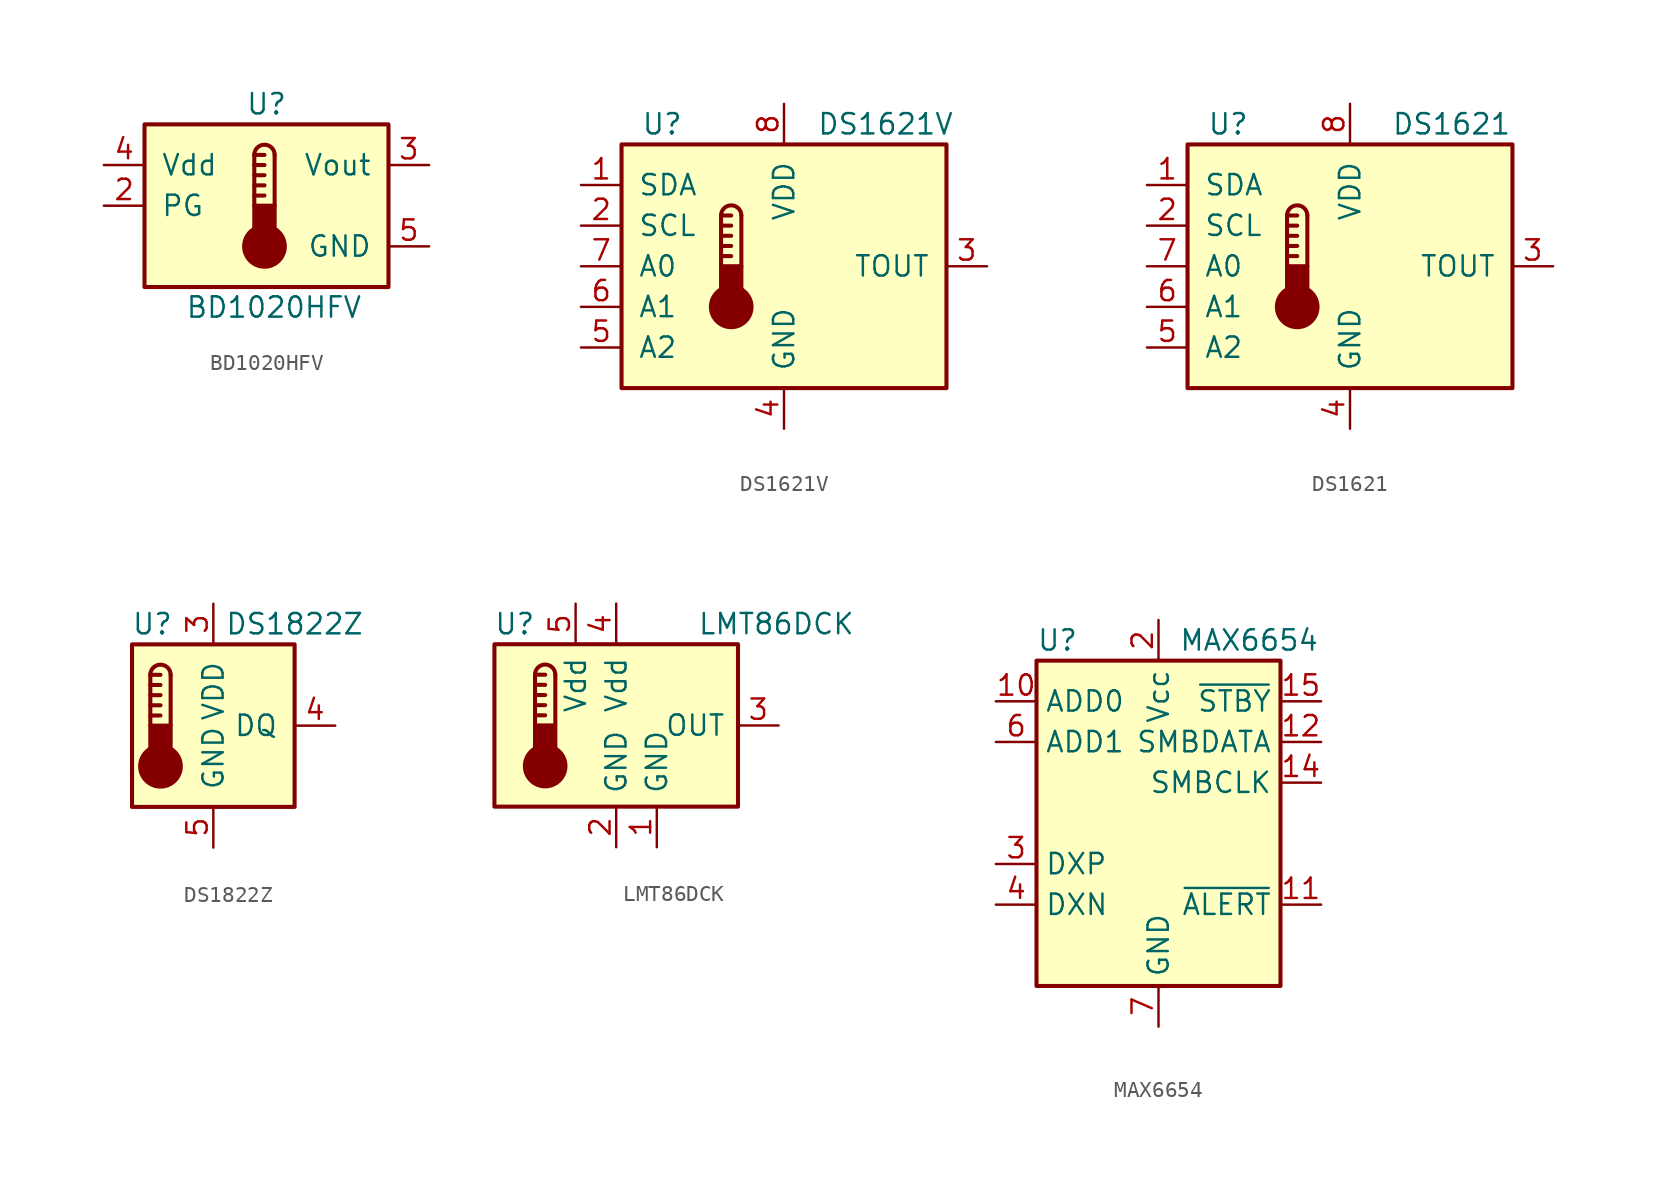
<source format=kicad_sym>
(kicad_symbol_lib
  (version 20201005)
  (generator kicad_symbol_editor)
  (symbol "BD1020HFV"
    (pin_names
      (offset 1.016))
    (property "Reference" "U"
      (at 0 6.35 0)
      (effects (font (size 1.27 1.27))))
    (property "Value" "BD1020HFV"
      (at -5.08 -6.35 0)
      (effects (font (size 1.27 1.27)) (justify left)))
    (symbol "BD1020HFV_0_1"
      (arc (start 0.508 3.175) (end -0.762 3.175) (radius (at -0.127 3.175) (length 0.635) (angles 0.1 179.9)) (stroke (width 0.254)) (fill (type none)))
      (circle (center -0.127 -2.54) (radius 1.27) (stroke (width 0.254)) (fill (type outline)))
      (rectangle (start -7.62 5.08) (end 7.62 -5.08) (stroke (width 0.254)) (fill (type background)))
      (rectangle (start 0.508 -1.905) (end -0.762 0) (stroke (width 0.254)) (fill (type outline)))
      (polyline (pts (xy -0.762 0.635) (xy -0.127 0.635)) (stroke (width 0.254)) (fill (type none)))
      (polyline (pts (xy -0.762 1.27) (xy -0.127 1.27)) (stroke (width 0.254)) (fill (type none)))
      (polyline (pts (xy -0.762 1.905) (xy -0.127 1.905)) (stroke (width 0.254)) (fill (type none)))
      (polyline (pts (xy -0.762 2.54) (xy -0.127 2.54)) (stroke (width 0.254)) (fill (type none)))
      (polyline (pts (xy -0.762 3.175) (xy -0.762 0)) (stroke (width 0.254)) (fill (type none)))
      (polyline (pts (xy -0.762 3.175) (xy -0.127 3.175)) (stroke (width 0.254)) (fill (type none)))
      (polyline (pts (xy 0.508 3.175) (xy 0.508 0)) (stroke (width 0.254)) (fill (type none))))
    (symbol "BD1020HFV_1_1"
      (pin no_connect line (at -10.16 -2.54 0) (length 2.54) hide (name "NC" (effects (font (size 1.27 1.27)))) (number "1" (effects (font (size 1.27 1.27)))))
      (pin passive line (at -10.16 0 0) (length 2.54) (name "PG" (effects (font (size 1.27 1.27)))) (number "2" (effects (font (size 1.27 1.27)))))
      (pin output line (at 10.16 2.54 180) (length 2.54) (name "Vout" (effects (font (size 1.27 1.27)))) (number "3" (effects (font (size 1.27 1.27)))))
      (pin power_in line (at -10.16 2.54 0) (length 2.54) (name "Vdd" (effects (font (size 1.27 1.27)))) (number "4" (effects (font (size 1.27 1.27)))))
      (pin power_in line (at 10.16 -2.54 180) (length 2.54) (name "GND" (effects (font (size 1.27 1.27)))) (number "5" (effects (font (size 1.27 1.27)))))))
  (symbol "DS1621V"
    (pin_names
      (offset 1.016))
    (property "Reference" "U"
      (at -7.62 8.89 0)
      (effects (font (size 1.27 1.27))))
    (property "Value" "DS1621V"
      (at 6.35 8.89 0)
      (effects (font (size 1.27 1.27))))
    (symbol "DS1621V_0_1"
      (arc (start -2.667 3.175) (end -3.937 3.175) (radius (at -3.302 3.175) (length 0.635) (angles 0.1 179.9)) (stroke (width 0.254)) (fill (type none)))
      (circle (center -3.302 -2.54) (radius 1.27) (stroke (width 0.254)) (fill (type outline)))
      (rectangle (start -10.16 7.62) (end 10.16 -7.62) (stroke (width 0.254)) (fill (type background)))
      (rectangle (start -2.667 -1.905) (end -3.937 0) (stroke (width 0.254)) (fill (type outline)))
      (polyline (pts (xy -3.937 0.635) (xy -3.302 0.635)) (stroke (width 0.254)) (fill (type none)))
      (polyline (pts (xy -3.937 1.27) (xy -3.302 1.27)) (stroke (width 0.254)) (fill (type none)))
      (polyline (pts (xy -3.937 1.905) (xy -3.302 1.905)) (stroke (width 0.254)) (fill (type none)))
      (polyline (pts (xy -3.937 2.54) (xy -3.302 2.54)) (stroke (width 0.254)) (fill (type none)))
      (polyline (pts (xy -3.937 3.175) (xy -3.937 0)) (stroke (width 0.254)) (fill (type none)))
      (polyline (pts (xy -3.937 3.175) (xy -3.302 3.175)) (stroke (width 0.254)) (fill (type none)))
      (polyline (pts (xy -2.667 3.175) (xy -2.667 0)) (stroke (width 0.254)) (fill (type none))))
    (symbol "DS1621V_1_1"
      (pin bidirectional line (at -12.7 5.08 0) (length 2.54) (name "SDA" (effects (font (size 1.27 1.27)))) (number "1" (effects (font (size 1.27 1.27)))))
      (pin input line (at -12.7 2.54 0) (length 2.54) (name "SCL" (effects (font (size 1.27 1.27)))) (number "2" (effects (font (size 1.27 1.27)))))
      (pin output line (at 12.7 0 180) (length 2.54) (name "TOUT" (effects (font (size 1.27 1.27)))) (number "3" (effects (font (size 1.27 1.27)))))
      (pin power_in line (at 0 -10.16 90) (length 2.54) (name "GND" (effects (font (size 1.27 1.27)))) (number "4" (effects (font (size 1.27 1.27)))))
      (pin input line (at -12.7 -5.08 0) (length 2.54) (name "A2" (effects (font (size 1.27 1.27)))) (number "5" (effects (font (size 1.27 1.27)))))
      (pin input line (at -12.7 -2.54 0) (length 2.54) (name "A1" (effects (font (size 1.27 1.27)))) (number "6" (effects (font (size 1.27 1.27)))))
      (pin input line (at -12.7 0 0) (length 2.54) (name "A0" (effects (font (size 1.27 1.27)))) (number "7" (effects (font (size 1.27 1.27)))))
      (pin power_in line (at 0 10.16 270) (length 2.54) (name "VDD" (effects (font (size 1.27 1.27)))) (number "8" (effects (font (size 1.27 1.27)))))))
  (symbol "DS1621"
    (pin_names
      (offset 1.016))
    (property "Reference" "U"
      (at -7.62 8.89 0)
      (effects (font (size 1.27 1.27))))
    (property "Value" "DS1621"
      (at 6.35 8.89 0)
      (effects (font (size 1.27 1.27))))
    (symbol "DS1621_0_1"
      (arc (start -2.667 3.175) (end -3.937 3.175) (radius (at -3.302 3.175) (length 0.635) (angles 0.1 179.9)) (stroke (width 0.254)) (fill (type none)))
      (circle (center -3.302 -2.54) (radius 1.27) (stroke (width 0.254)) (fill (type outline)))
      (rectangle (start -10.16 7.62) (end 10.16 -7.62) (stroke (width 0.254)) (fill (type background)))
      (rectangle (start -2.667 -1.905) (end -3.937 0) (stroke (width 0.254)) (fill (type outline)))
      (polyline (pts (xy -3.937 0.635) (xy -3.302 0.635)) (stroke (width 0.254)) (fill (type none)))
      (polyline (pts (xy -3.937 1.27) (xy -3.302 1.27)) (stroke (width 0.254)) (fill (type none)))
      (polyline (pts (xy -3.937 1.905) (xy -3.302 1.905)) (stroke (width 0.254)) (fill (type none)))
      (polyline (pts (xy -3.937 2.54) (xy -3.302 2.54)) (stroke (width 0.254)) (fill (type none)))
      (polyline (pts (xy -3.937 3.175) (xy -3.937 0)) (stroke (width 0.254)) (fill (type none)))
      (polyline (pts (xy -3.937 3.175) (xy -3.302 3.175)) (stroke (width 0.254)) (fill (type none)))
      (polyline (pts (xy -2.667 3.175) (xy -2.667 0)) (stroke (width 0.254)) (fill (type none))))
    (symbol "DS1621_1_1"
      (pin bidirectional line (at -12.7 5.08 0) (length 2.54) (name "SDA" (effects (font (size 1.27 1.27)))) (number "1" (effects (font (size 1.27 1.27)))))
      (pin input line (at -12.7 2.54 0) (length 2.54) (name "SCL" (effects (font (size 1.27 1.27)))) (number "2" (effects (font (size 1.27 1.27)))))
      (pin output line (at 12.7 0 180) (length 2.54) (name "TOUT" (effects (font (size 1.27 1.27)))) (number "3" (effects (font (size 1.27 1.27)))))
      (pin power_in line (at 0 -10.16 90) (length 2.54) (name "GND" (effects (font (size 1.27 1.27)))) (number "4" (effects (font (size 1.27 1.27)))))
      (pin input line (at -12.7 -5.08 0) (length 2.54) (name "A2" (effects (font (size 1.27 1.27)))) (number "5" (effects (font (size 1.27 1.27)))))
      (pin input line (at -12.7 -2.54 0) (length 2.54) (name "A1" (effects (font (size 1.27 1.27)))) (number "6" (effects (font (size 1.27 1.27)))))
      (pin input line (at -12.7 0 0) (length 2.54) (name "A0" (effects (font (size 1.27 1.27)))) (number "7" (effects (font (size 1.27 1.27)))))
      (pin power_in line (at 0 10.16 270) (length 2.54) (name "VDD" (effects (font (size 1.27 1.27)))) (number "8" (effects (font (size 1.27 1.27)))))))
  (symbol "DS1822Z"
    (pin_names
      (offset 1.016))
    (property "Reference" "U"
      (at -3.81 6.35 0)
      (effects (font (size 1.27 1.27))))
    (property "Value" "DS1822Z"
      (at 5.08 6.35 0)
      (effects (font (size 1.27 1.27))))
    (symbol "DS1822Z_0_1"
      (arc (start -2.667 3.175) (end -3.937 3.175) (radius (at -3.302 3.175) (length 0.635) (angles 0.1 179.9)) (stroke (width 0.254)) (fill (type none)))
      (circle (center -3.302 -2.54) (radius 1.27) (stroke (width 0.254)) (fill (type outline)))
      (rectangle (start -5.08 5.08) (end 5.08 -5.08) (stroke (width 0.254)) (fill (type background)))
      (rectangle (start -2.667 -1.905) (end -3.937 0) (stroke (width 0.254)) (fill (type outline)))
      (polyline (pts (xy -3.937 0.635) (xy -3.302 0.635)) (stroke (width 0.254)) (fill (type none)))
      (polyline (pts (xy -3.937 1.27) (xy -3.302 1.27)) (stroke (width 0.254)) (fill (type none)))
      (polyline (pts (xy -3.937 1.905) (xy -3.302 1.905)) (stroke (width 0.254)) (fill (type none)))
      (polyline (pts (xy -3.937 2.54) (xy -3.302 2.54)) (stroke (width 0.254)) (fill (type none)))
      (polyline (pts (xy -3.937 3.175) (xy -3.937 0)) (stroke (width 0.254)) (fill (type none)))
      (polyline (pts (xy -3.937 3.175) (xy -3.302 3.175)) (stroke (width 0.254)) (fill (type none)))
      (polyline (pts (xy -2.667 3.175) (xy -2.667 0)) (stroke (width 0.254)) (fill (type none))))
    (symbol "DS1822Z_1_1"
      (pin no_connect line (at -7.62 2.54 0) (length 2.54) hide (name "NC" (effects (font (size 1.27 1.27)))) (number "1" (effects (font (size 1.27 1.27)))))
      (pin no_connect line (at -7.62 0 0) (length 2.54) hide (name "NC" (effects (font (size 1.27 1.27)))) (number "2" (effects (font (size 1.27 1.27)))))
      (pin power_in line (at 0 7.62 270) (length 2.54) (name "VDD" (effects (font (size 1.27 1.27)))) (number "3" (effects (font (size 1.27 1.27)))))
      (pin bidirectional line (at 7.62 0 180) (length 2.54) (name "DQ" (effects (font (size 1.27 1.27)))) (number "4" (effects (font (size 1.27 1.27)))))
      (pin power_in line (at 0 -7.62 90) (length 2.54) (name "GND" (effects (font (size 1.27 1.27)))) (number "5" (effects (font (size 1.27 1.27)))))
      (pin no_connect line (at -7.62 -2.54 0) (length 2.54) hide (name "NC" (effects (font (size 1.27 1.27)))) (number "6" (effects (font (size 1.27 1.27)))))
      (pin no_connect line (at 7.62 2.54 180) (length 2.54) hide (name "NC" (effects (font (size 1.27 1.27)))) (number "7" (effects (font (size 1.27 1.27)))))
      (pin no_connect line (at 7.62 -2.54 180) (length 2.54) hide (name "NC" (effects (font (size 1.27 1.27)))) (number "8" (effects (font (size 1.27 1.27)))))))
  (symbol "LMT86DCK"
    (pin_names
      (offset 0.762))
    (property "Reference" "U"
      (at -6.35 6.35 0)
      (effects (font (size 1.27 1.27))))
    (property "Value" "LMT86DCK"
      (at 5.08 6.35 0)
      (effects (font (size 1.27 1.27)) (justify left)))
    (symbol "LMT86DCK_0_1"
      (arc (start -3.81 3.175) (end -5.08 3.175) (radius (at -4.445 3.175) (length 0.635) (angles 0.1 179.9)) (stroke (width 0.254)) (fill (type none)))
      (circle (center -4.445 -2.54) (radius 1.27) (stroke (width 0.254)) (fill (type outline)))
      (rectangle (start -7.62 5.08) (end 7.62 -5.08) (stroke (width 0.254)) (fill (type background)))
      (rectangle (start -3.81 -1.905) (end -5.08 0) (stroke (width 0.254)) (fill (type outline)))
      (polyline (pts (xy -5.08 0.635) (xy -4.445 0.635)) (stroke (width 0.254)) (fill (type none)))
      (polyline (pts (xy -5.08 1.27) (xy -4.445 1.27)) (stroke (width 0.254)) (fill (type none)))
      (polyline (pts (xy -5.08 1.905) (xy -4.445 1.905)) (stroke (width 0.254)) (fill (type none)))
      (polyline (pts (xy -5.08 2.54) (xy -4.445 2.54)) (stroke (width 0.254)) (fill (type none)))
      (polyline (pts (xy -5.08 3.175) (xy -5.08 0)) (stroke (width 0.254)) (fill (type none)))
      (polyline (pts (xy -5.08 3.175) (xy -4.445 3.175)) (stroke (width 0.254)) (fill (type none)))
      (polyline (pts (xy -3.81 3.175) (xy -3.81 0)) (stroke (width 0.254)) (fill (type none))))
    (symbol "LMT86DCK_1_1"
      (pin power_in line (at 2.54 -7.62 90) (length 2.54) (name "GND" (effects (font (size 1.27 1.27)))) (number "1" (effects (font (size 1.27 1.27)))))
      (pin power_in line (at 0 -7.62 90) (length 2.54) (name "GND" (effects (font (size 1.27 1.27)))) (number "2" (effects (font (size 1.27 1.27)))))
      (pin output line (at 10.16 0 180) (length 2.54) (name "OUT" (effects (font (size 1.27 1.27)))) (number "3" (effects (font (size 1.27 1.27)))))
      (pin power_in line (at 0 7.62 270) (length 2.54) (name "Vdd" (effects (font (size 1.27 1.27)))) (number "4" (effects (font (size 1.27 1.27)))))
      (pin power_in line (at -2.54 7.62 270) (length 2.54) (name "Vdd" (effects (font (size 1.27 1.27)))) (number "5" (effects (font (size 1.27 1.27)))))))
  (symbol "MAX6654"
    (property "Reference" "U"
      (at -7.62 11.43 0)
      (effects (font (size 1.27 1.27)) (justify left)))
    (property "Value" "MAX6654"
      (at 1.27 11.43 0)
      (effects (font (size 1.27 1.27)) (justify left)))
    (symbol "MAX6654_0_1"
      (rectangle (start -7.62 10.16) (end 7.62 -10.16) (stroke (width 0.254)) (fill (type background))))
    (symbol "MAX6654_1_1"
      (pin no_connect line (at 7.62 0 180) (length 2.54) hide (name "NC" (effects (font (size 1.27 1.27)))) (number "1" (effects (font (size 1.27 1.27)))))
      (pin input line (at -10.16 7.62 0) (length 2.54) (name "ADD0" (effects (font (size 1.27 1.27)))) (number "10" (effects (font (size 1.27 1.27)))))
      (pin open_collector line (at 10.16 -5.08 180) (length 2.54) (name "~ALERT" (effects (font (size 1.27 1.27)))) (number "11" (effects (font (size 1.27 1.27)))))
      (pin bidirectional line (at 10.16 5.08 180) (length 2.54) (name "SMBDATA" (effects (font (size 1.27 1.27)))) (number "12" (effects (font (size 1.27 1.27)))))
      (pin no_connect line (at -7.62 2.54 0) (length 2.54) hide (name "NC" (effects (font (size 1.27 1.27)))) (number "13" (effects (font (size 1.27 1.27)))))
      (pin input line (at 10.16 2.54 180) (length 2.54) (name "SMBCLK" (effects (font (size 1.27 1.27)))) (number "14" (effects (font (size 1.27 1.27)))))
      (pin input line (at 10.16 7.62 180) (length 2.54) (name "~STBY" (effects (font (size 1.27 1.27)))) (number "15" (effects (font (size 1.27 1.27)))))
      (pin no_connect line (at -7.62 0 0) (length 2.54) hide (name "NC" (effects (font (size 1.27 1.27)))) (number "16" (effects (font (size 1.27 1.27)))))
      (pin power_in line (at 0 12.7 270) (length 2.54) (name "Vcc" (effects (font (size 1.27 1.27)))) (number "2" (effects (font (size 1.27 1.27)))))
      (pin input line (at -10.16 -2.54 0) (length 2.54) (name "DXP" (effects (font (size 1.27 1.27)))) (number "3" (effects (font (size 1.27 1.27)))))
      (pin input line (at -10.16 -5.08 0) (length 2.54) (name "DXN" (effects (font (size 1.27 1.27)))) (number "4" (effects (font (size 1.27 1.27)))))
      (pin no_connect line (at 7.62 -2.54 180) (length 2.54) hide (name "NC" (effects (font (size 1.27 1.27)))) (number "5" (effects (font (size 1.27 1.27)))))
      (pin input line (at -10.16 5.08 0) (length 2.54) (name "ADD1" (effects (font (size 1.27 1.27)))) (number "6" (effects (font (size 1.27 1.27)))))
      (pin power_in line (at 0 -12.7 90) (length 2.54) (name "GND" (effects (font (size 1.27 1.27)))) (number "7" (effects (font (size 1.27 1.27)))))
      (pin passive line (at 0 -12.7 90) (length 2.54) hide (name "GND" (effects (font (size 1.27 1.27)))) (number "8" (effects (font (size 1.27 1.27)))))
      (pin no_connect line (at 7.62 -7.62 180) (length 2.54) hide (name "NC" (effects (font (size 1.27 1.27)))) (number "9" (effects (font (size 1.27 1.27))))))))
</source>
